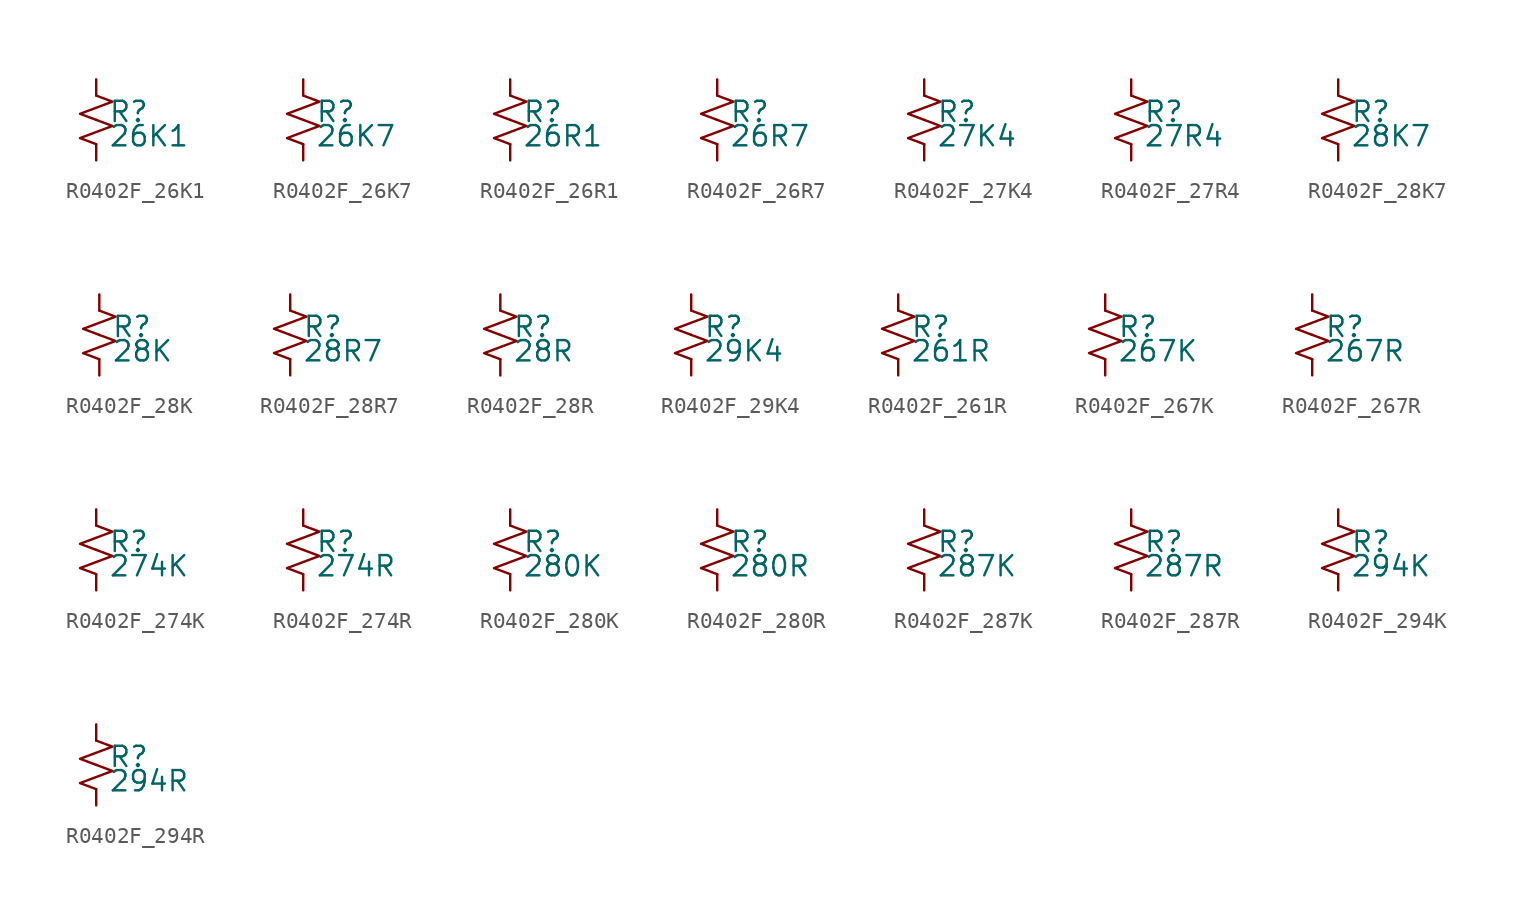
<source format=kicad_sym>
(kicad_symbol_lib
  (version 20220914)
  (generator kicad_symbol_editor)
  (symbol "R0402F_26K1"
    (pin_numbers hide)
    (pin_names
      (offset 0.254) hide)
    (property "Reference" "R"
      (at 0.762 0.508 0)
      (effects (font (size 1.27 1.27)) (justify left)))
    (property "Value" "26K1"
      (at 0.762 -1.016 0)
      (effects (font (size 1.27 1.27)) (justify left)))
    (symbol "R0402F_26K1_1_1"
      (polyline (pts (xy 0 0) (xy 1.016 -0.381) (xy 0 -0.762) (xy -1.016 -1.143) (xy 0 -1.524)) (stroke (width 0) (type default)) (fill (type none)))
      (polyline (pts (xy 0 1.524) (xy 1.016 1.143) (xy 0 0.762) (xy -1.016 0.381) (xy 0 0)) (stroke (width 0) (type default)) (fill (type none)))
      (pin passive line (at 0 2.54 270) (length 1.016) (name "~" (effects (font (size 1.27 1.27)))) (number "1" (effects (font (size 1.27 1.27)))))
      (pin passive line (at 0 -2.54 90) (length 1.016) (name "~" (effects (font (size 1.27 1.27)))) (number "2" (effects (font (size 1.27 1.27)))))))
  (symbol "R0402F_26K7"
    (pin_numbers hide)
    (pin_names
      (offset 0.254) hide)
    (property "Reference" "R"
      (at 0.762 0.508 0)
      (effects (font (size 1.27 1.27)) (justify left)))
    (property "Value" "26K7"
      (at 0.762 -1.016 0)
      (effects (font (size 1.27 1.27)) (justify left)))
    (symbol "R0402F_26K7_1_1"
      (polyline (pts (xy 0 0) (xy 1.016 -0.381) (xy 0 -0.762) (xy -1.016 -1.143) (xy 0 -1.524)) (stroke (width 0) (type default)) (fill (type none)))
      (polyline (pts (xy 0 1.524) (xy 1.016 1.143) (xy 0 0.762) (xy -1.016 0.381) (xy 0 0)) (stroke (width 0) (type default)) (fill (type none)))
      (pin passive line (at 0 2.54 270) (length 1.016) (name "~" (effects (font (size 1.27 1.27)))) (number "1" (effects (font (size 1.27 1.27)))))
      (pin passive line (at 0 -2.54 90) (length 1.016) (name "~" (effects (font (size 1.27 1.27)))) (number "2" (effects (font (size 1.27 1.27)))))))
  (symbol "R0402F_26R1"
    (pin_numbers hide)
    (pin_names
      (offset 0.254) hide)
    (property "Reference" "R"
      (at 0.762 0.508 0)
      (effects (font (size 1.27 1.27)) (justify left)))
    (property "Value" "26R1"
      (at 0.762 -1.016 0)
      (effects (font (size 1.27 1.27)) (justify left)))
    (symbol "R0402F_26R1_1_1"
      (polyline (pts (xy 0 0) (xy 1.016 -0.381) (xy 0 -0.762) (xy -1.016 -1.143) (xy 0 -1.524)) (stroke (width 0) (type default)) (fill (type none)))
      (polyline (pts (xy 0 1.524) (xy 1.016 1.143) (xy 0 0.762) (xy -1.016 0.381) (xy 0 0)) (stroke (width 0) (type default)) (fill (type none)))
      (pin passive line (at 0 2.54 270) (length 1.016) (name "~" (effects (font (size 1.27 1.27)))) (number "1" (effects (font (size 1.27 1.27)))))
      (pin passive line (at 0 -2.54 90) (length 1.016) (name "~" (effects (font (size 1.27 1.27)))) (number "2" (effects (font (size 1.27 1.27)))))))
  (symbol "R0402F_26R7"
    (pin_numbers hide)
    (pin_names
      (offset 0.254) hide)
    (property "Reference" "R"
      (at 0.762 0.508 0)
      (effects (font (size 1.27 1.27)) (justify left)))
    (property "Value" "26R7"
      (at 0.762 -1.016 0)
      (effects (font (size 1.27 1.27)) (justify left)))
    (symbol "R0402F_26R7_1_1"
      (polyline (pts (xy 0 0) (xy 1.016 -0.381) (xy 0 -0.762) (xy -1.016 -1.143) (xy 0 -1.524)) (stroke (width 0) (type default)) (fill (type none)))
      (polyline (pts (xy 0 1.524) (xy 1.016 1.143) (xy 0 0.762) (xy -1.016 0.381) (xy 0 0)) (stroke (width 0) (type default)) (fill (type none)))
      (pin passive line (at 0 2.54 270) (length 1.016) (name "~" (effects (font (size 1.27 1.27)))) (number "1" (effects (font (size 1.27 1.27)))))
      (pin passive line (at 0 -2.54 90) (length 1.016) (name "~" (effects (font (size 1.27 1.27)))) (number "2" (effects (font (size 1.27 1.27)))))))
  (symbol "R0402F_27K4"
    (pin_numbers hide)
    (pin_names
      (offset 0.254) hide)
    (property "Reference" "R"
      (at 0.762 0.508 0)
      (effects (font (size 1.27 1.27)) (justify left)))
    (property "Value" "27K4"
      (at 0.762 -1.016 0)
      (effects (font (size 1.27 1.27)) (justify left)))
    (symbol "R0402F_27K4_1_1"
      (polyline (pts (xy 0 0) (xy 1.016 -0.381) (xy 0 -0.762) (xy -1.016 -1.143) (xy 0 -1.524)) (stroke (width 0) (type default)) (fill (type none)))
      (polyline (pts (xy 0 1.524) (xy 1.016 1.143) (xy 0 0.762) (xy -1.016 0.381) (xy 0 0)) (stroke (width 0) (type default)) (fill (type none)))
      (pin passive line (at 0 2.54 270) (length 1.016) (name "~" (effects (font (size 1.27 1.27)))) (number "1" (effects (font (size 1.27 1.27)))))
      (pin passive line (at 0 -2.54 90) (length 1.016) (name "~" (effects (font (size 1.27 1.27)))) (number "2" (effects (font (size 1.27 1.27)))))))
  (symbol "R0402F_27R4"
    (pin_numbers hide)
    (pin_names
      (offset 0.254) hide)
    (property "Reference" "R"
      (at 0.762 0.508 0)
      (effects (font (size 1.27 1.27)) (justify left)))
    (property "Value" "27R4"
      (at 0.762 -1.016 0)
      (effects (font (size 1.27 1.27)) (justify left)))
    (symbol "R0402F_27R4_1_1"
      (polyline (pts (xy 0 0) (xy 1.016 -0.381) (xy 0 -0.762) (xy -1.016 -1.143) (xy 0 -1.524)) (stroke (width 0) (type default)) (fill (type none)))
      (polyline (pts (xy 0 1.524) (xy 1.016 1.143) (xy 0 0.762) (xy -1.016 0.381) (xy 0 0)) (stroke (width 0) (type default)) (fill (type none)))
      (pin passive line (at 0 2.54 270) (length 1.016) (name "~" (effects (font (size 1.27 1.27)))) (number "1" (effects (font (size 1.27 1.27)))))
      (pin passive line (at 0 -2.54 90) (length 1.016) (name "~" (effects (font (size 1.27 1.27)))) (number "2" (effects (font (size 1.27 1.27)))))))
  (symbol "R0402F_28K7"
    (pin_numbers hide)
    (pin_names
      (offset 0.254) hide)
    (property "Reference" "R"
      (at 0.762 0.508 0)
      (effects (font (size 1.27 1.27)) (justify left)))
    (property "Value" "28K7"
      (at 0.762 -1.016 0)
      (effects (font (size 1.27 1.27)) (justify left)))
    (symbol "R0402F_28K7_1_1"
      (polyline (pts (xy 0 0) (xy 1.016 -0.381) (xy 0 -0.762) (xy -1.016 -1.143) (xy 0 -1.524)) (stroke (width 0) (type default)) (fill (type none)))
      (polyline (pts (xy 0 1.524) (xy 1.016 1.143) (xy 0 0.762) (xy -1.016 0.381) (xy 0 0)) (stroke (width 0) (type default)) (fill (type none)))
      (pin passive line (at 0 2.54 270) (length 1.016) (name "~" (effects (font (size 1.27 1.27)))) (number "1" (effects (font (size 1.27 1.27)))))
      (pin passive line (at 0 -2.54 90) (length 1.016) (name "~" (effects (font (size 1.27 1.27)))) (number "2" (effects (font (size 1.27 1.27)))))))
  (symbol "R0402F_28K"
    (pin_numbers hide)
    (pin_names
      (offset 0.254) hide)
    (property "Reference" "R"
      (at 0.762 0.508 0)
      (effects (font (size 1.27 1.27)) (justify left)))
    (property "Value" "28K"
      (at 0.762 -1.016 0)
      (effects (font (size 1.27 1.27)) (justify left)))
    (symbol "R0402F_28K_1_1"
      (polyline (pts (xy 0 0) (xy 1.016 -0.381) (xy 0 -0.762) (xy -1.016 -1.143) (xy 0 -1.524)) (stroke (width 0) (type default)) (fill (type none)))
      (polyline (pts (xy 0 1.524) (xy 1.016 1.143) (xy 0 0.762) (xy -1.016 0.381) (xy 0 0)) (stroke (width 0) (type default)) (fill (type none)))
      (pin passive line (at 0 2.54 270) (length 1.016) (name "~" (effects (font (size 1.27 1.27)))) (number "1" (effects (font (size 1.27 1.27)))))
      (pin passive line (at 0 -2.54 90) (length 1.016) (name "~" (effects (font (size 1.27 1.27)))) (number "2" (effects (font (size 1.27 1.27)))))))
  (symbol "R0402F_28R7"
    (pin_numbers hide)
    (pin_names
      (offset 0.254) hide)
    (property "Reference" "R"
      (at 0.762 0.508 0)
      (effects (font (size 1.27 1.27)) (justify left)))
    (property "Value" "28R7"
      (at 0.762 -1.016 0)
      (effects (font (size 1.27 1.27)) (justify left)))
    (symbol "R0402F_28R7_1_1"
      (polyline (pts (xy 0 0) (xy 1.016 -0.381) (xy 0 -0.762) (xy -1.016 -1.143) (xy 0 -1.524)) (stroke (width 0) (type default)) (fill (type none)))
      (polyline (pts (xy 0 1.524) (xy 1.016 1.143) (xy 0 0.762) (xy -1.016 0.381) (xy 0 0)) (stroke (width 0) (type default)) (fill (type none)))
      (pin passive line (at 0 2.54 270) (length 1.016) (name "~" (effects (font (size 1.27 1.27)))) (number "1" (effects (font (size 1.27 1.27)))))
      (pin passive line (at 0 -2.54 90) (length 1.016) (name "~" (effects (font (size 1.27 1.27)))) (number "2" (effects (font (size 1.27 1.27)))))))
  (symbol "R0402F_28R"
    (pin_numbers hide)
    (pin_names
      (offset 0.254) hide)
    (property "Reference" "R"
      (at 0.762 0.508 0)
      (effects (font (size 1.27 1.27)) (justify left)))
    (property "Value" "28R"
      (at 0.762 -1.016 0)
      (effects (font (size 1.27 1.27)) (justify left)))
    (symbol "R0402F_28R_1_1"
      (polyline (pts (xy 0 0) (xy 1.016 -0.381) (xy 0 -0.762) (xy -1.016 -1.143) (xy 0 -1.524)) (stroke (width 0) (type default)) (fill (type none)))
      (polyline (pts (xy 0 1.524) (xy 1.016 1.143) (xy 0 0.762) (xy -1.016 0.381) (xy 0 0)) (stroke (width 0) (type default)) (fill (type none)))
      (pin passive line (at 0 2.54 270) (length 1.016) (name "~" (effects (font (size 1.27 1.27)))) (number "1" (effects (font (size 1.27 1.27)))))
      (pin passive line (at 0 -2.54 90) (length 1.016) (name "~" (effects (font (size 1.27 1.27)))) (number "2" (effects (font (size 1.27 1.27)))))))
  (symbol "R0402F_29K4"
    (pin_numbers hide)
    (pin_names
      (offset 0.254) hide)
    (property "Reference" "R"
      (at 0.762 0.508 0)
      (effects (font (size 1.27 1.27)) (justify left)))
    (property "Value" "29K4"
      (at 0.762 -1.016 0)
      (effects (font (size 1.27 1.27)) (justify left)))
    (symbol "R0402F_29K4_1_1"
      (polyline (pts (xy 0 0) (xy 1.016 -0.381) (xy 0 -0.762) (xy -1.016 -1.143) (xy 0 -1.524)) (stroke (width 0) (type default)) (fill (type none)))
      (polyline (pts (xy 0 1.524) (xy 1.016 1.143) (xy 0 0.762) (xy -1.016 0.381) (xy 0 0)) (stroke (width 0) (type default)) (fill (type none)))
      (pin passive line (at 0 2.54 270) (length 1.016) (name "~" (effects (font (size 1.27 1.27)))) (number "1" (effects (font (size 1.27 1.27)))))
      (pin passive line (at 0 -2.54 90) (length 1.016) (name "~" (effects (font (size 1.27 1.27)))) (number "2" (effects (font (size 1.27 1.27)))))))
  (symbol "R0402F_261R"
    (pin_numbers hide)
    (pin_names
      (offset 0.254) hide)
    (property "Reference" "R"
      (at 0.762 0.508 0)
      (effects (font (size 1.27 1.27)) (justify left)))
    (property "Value" "261R"
      (at 0.762 -1.016 0)
      (effects (font (size 1.27 1.27)) (justify left)))
    (symbol "R0402F_261R_1_1"
      (polyline (pts (xy 0 0) (xy 1.016 -0.381) (xy 0 -0.762) (xy -1.016 -1.143) (xy 0 -1.524)) (stroke (width 0) (type default)) (fill (type none)))
      (polyline (pts (xy 0 1.524) (xy 1.016 1.143) (xy 0 0.762) (xy -1.016 0.381) (xy 0 0)) (stroke (width 0) (type default)) (fill (type none)))
      (pin passive line (at 0 2.54 270) (length 1.016) (name "~" (effects (font (size 1.27 1.27)))) (number "1" (effects (font (size 1.27 1.27)))))
      (pin passive line (at 0 -2.54 90) (length 1.016) (name "~" (effects (font (size 1.27 1.27)))) (number "2" (effects (font (size 1.27 1.27)))))))
  (symbol "R0402F_267K"
    (pin_numbers hide)
    (pin_names
      (offset 0.254) hide)
    (property "Reference" "R"
      (at 0.762 0.508 0)
      (effects (font (size 1.27 1.27)) (justify left)))
    (property "Value" "267K"
      (at 0.762 -1.016 0)
      (effects (font (size 1.27 1.27)) (justify left)))
    (symbol "R0402F_267K_1_1"
      (polyline (pts (xy 0 0) (xy 1.016 -0.381) (xy 0 -0.762) (xy -1.016 -1.143) (xy 0 -1.524)) (stroke (width 0) (type default)) (fill (type none)))
      (polyline (pts (xy 0 1.524) (xy 1.016 1.143) (xy 0 0.762) (xy -1.016 0.381) (xy 0 0)) (stroke (width 0) (type default)) (fill (type none)))
      (pin passive line (at 0 2.54 270) (length 1.016) (name "~" (effects (font (size 1.27 1.27)))) (number "1" (effects (font (size 1.27 1.27)))))
      (pin passive line (at 0 -2.54 90) (length 1.016) (name "~" (effects (font (size 1.27 1.27)))) (number "2" (effects (font (size 1.27 1.27)))))))
  (symbol "R0402F_267R"
    (pin_numbers hide)
    (pin_names
      (offset 0.254) hide)
    (property "Reference" "R"
      (at 0.762 0.508 0)
      (effects (font (size 1.27 1.27)) (justify left)))
    (property "Value" "267R"
      (at 0.762 -1.016 0)
      (effects (font (size 1.27 1.27)) (justify left)))
    (symbol "R0402F_267R_1_1"
      (polyline (pts (xy 0 0) (xy 1.016 -0.381) (xy 0 -0.762) (xy -1.016 -1.143) (xy 0 -1.524)) (stroke (width 0) (type default)) (fill (type none)))
      (polyline (pts (xy 0 1.524) (xy 1.016 1.143) (xy 0 0.762) (xy -1.016 0.381) (xy 0 0)) (stroke (width 0) (type default)) (fill (type none)))
      (pin passive line (at 0 2.54 270) (length 1.016) (name "~" (effects (font (size 1.27 1.27)))) (number "1" (effects (font (size 1.27 1.27)))))
      (pin passive line (at 0 -2.54 90) (length 1.016) (name "~" (effects (font (size 1.27 1.27)))) (number "2" (effects (font (size 1.27 1.27)))))))
  (symbol "R0402F_274K"
    (pin_numbers hide)
    (pin_names
      (offset 0.254) hide)
    (property "Reference" "R"
      (at 0.762 0.508 0)
      (effects (font (size 1.27 1.27)) (justify left)))
    (property "Value" "274K"
      (at 0.762 -1.016 0)
      (effects (font (size 1.27 1.27)) (justify left)))
    (symbol "R0402F_274K_1_1"
      (polyline (pts (xy 0 0) (xy 1.016 -0.381) (xy 0 -0.762) (xy -1.016 -1.143) (xy 0 -1.524)) (stroke (width 0) (type default)) (fill (type none)))
      (polyline (pts (xy 0 1.524) (xy 1.016 1.143) (xy 0 0.762) (xy -1.016 0.381) (xy 0 0)) (stroke (width 0) (type default)) (fill (type none)))
      (pin passive line (at 0 2.54 270) (length 1.016) (name "~" (effects (font (size 1.27 1.27)))) (number "1" (effects (font (size 1.27 1.27)))))
      (pin passive line (at 0 -2.54 90) (length 1.016) (name "~" (effects (font (size 1.27 1.27)))) (number "2" (effects (font (size 1.27 1.27)))))))
  (symbol "R0402F_274R"
    (pin_numbers hide)
    (pin_names
      (offset 0.254) hide)
    (property "Reference" "R"
      (at 0.762 0.508 0)
      (effects (font (size 1.27 1.27)) (justify left)))
    (property "Value" "274R"
      (at 0.762 -1.016 0)
      (effects (font (size 1.27 1.27)) (justify left)))
    (symbol "R0402F_274R_1_1"
      (polyline (pts (xy 0 0) (xy 1.016 -0.381) (xy 0 -0.762) (xy -1.016 -1.143) (xy 0 -1.524)) (stroke (width 0) (type default)) (fill (type none)))
      (polyline (pts (xy 0 1.524) (xy 1.016 1.143) (xy 0 0.762) (xy -1.016 0.381) (xy 0 0)) (stroke (width 0) (type default)) (fill (type none)))
      (pin passive line (at 0 2.54 270) (length 1.016) (name "~" (effects (font (size 1.27 1.27)))) (number "1" (effects (font (size 1.27 1.27)))))
      (pin passive line (at 0 -2.54 90) (length 1.016) (name "~" (effects (font (size 1.27 1.27)))) (number "2" (effects (font (size 1.27 1.27)))))))
  (symbol "R0402F_280K"
    (pin_numbers hide)
    (pin_names
      (offset 0.254) hide)
    (property "Reference" "R"
      (at 0.762 0.508 0)
      (effects (font (size 1.27 1.27)) (justify left)))
    (property "Value" "280K"
      (at 0.762 -1.016 0)
      (effects (font (size 1.27 1.27)) (justify left)))
    (symbol "R0402F_280K_1_1"
      (polyline (pts (xy 0 0) (xy 1.016 -0.381) (xy 0 -0.762) (xy -1.016 -1.143) (xy 0 -1.524)) (stroke (width 0) (type default)) (fill (type none)))
      (polyline (pts (xy 0 1.524) (xy 1.016 1.143) (xy 0 0.762) (xy -1.016 0.381) (xy 0 0)) (stroke (width 0) (type default)) (fill (type none)))
      (pin passive line (at 0 2.54 270) (length 1.016) (name "~" (effects (font (size 1.27 1.27)))) (number "1" (effects (font (size 1.27 1.27)))))
      (pin passive line (at 0 -2.54 90) (length 1.016) (name "~" (effects (font (size 1.27 1.27)))) (number "2" (effects (font (size 1.27 1.27)))))))
  (symbol "R0402F_280R"
    (pin_numbers hide)
    (pin_names
      (offset 0.254) hide)
    (property "Reference" "R"
      (at 0.762 0.508 0)
      (effects (font (size 1.27 1.27)) (justify left)))
    (property "Value" "280R"
      (at 0.762 -1.016 0)
      (effects (font (size 1.27 1.27)) (justify left)))
    (symbol "R0402F_280R_1_1"
      (polyline (pts (xy 0 0) (xy 1.016 -0.381) (xy 0 -0.762) (xy -1.016 -1.143) (xy 0 -1.524)) (stroke (width 0) (type default)) (fill (type none)))
      (polyline (pts (xy 0 1.524) (xy 1.016 1.143) (xy 0 0.762) (xy -1.016 0.381) (xy 0 0)) (stroke (width 0) (type default)) (fill (type none)))
      (pin passive line (at 0 2.54 270) (length 1.016) (name "~" (effects (font (size 1.27 1.27)))) (number "1" (effects (font (size 1.27 1.27)))))
      (pin passive line (at 0 -2.54 90) (length 1.016) (name "~" (effects (font (size 1.27 1.27)))) (number "2" (effects (font (size 1.27 1.27)))))))
  (symbol "R0402F_287K"
    (pin_numbers hide)
    (pin_names
      (offset 0.254) hide)
    (property "Reference" "R"
      (at 0.762 0.508 0)
      (effects (font (size 1.27 1.27)) (justify left)))
    (property "Value" "287K"
      (at 0.762 -1.016 0)
      (effects (font (size 1.27 1.27)) (justify left)))
    (symbol "R0402F_287K_1_1"
      (polyline (pts (xy 0 0) (xy 1.016 -0.381) (xy 0 -0.762) (xy -1.016 -1.143) (xy 0 -1.524)) (stroke (width 0) (type default)) (fill (type none)))
      (polyline (pts (xy 0 1.524) (xy 1.016 1.143) (xy 0 0.762) (xy -1.016 0.381) (xy 0 0)) (stroke (width 0) (type default)) (fill (type none)))
      (pin passive line (at 0 2.54 270) (length 1.016) (name "~" (effects (font (size 1.27 1.27)))) (number "1" (effects (font (size 1.27 1.27)))))
      (pin passive line (at 0 -2.54 90) (length 1.016) (name "~" (effects (font (size 1.27 1.27)))) (number "2" (effects (font (size 1.27 1.27)))))))
  (symbol "R0402F_287R"
    (pin_numbers hide)
    (pin_names
      (offset 0.254) hide)
    (property "Reference" "R"
      (at 0.762 0.508 0)
      (effects (font (size 1.27 1.27)) (justify left)))
    (property "Value" "287R"
      (at 0.762 -1.016 0)
      (effects (font (size 1.27 1.27)) (justify left)))
    (symbol "R0402F_287R_1_1"
      (polyline (pts (xy 0 0) (xy 1.016 -0.381) (xy 0 -0.762) (xy -1.016 -1.143) (xy 0 -1.524)) (stroke (width 0) (type default)) (fill (type none)))
      (polyline (pts (xy 0 1.524) (xy 1.016 1.143) (xy 0 0.762) (xy -1.016 0.381) (xy 0 0)) (stroke (width 0) (type default)) (fill (type none)))
      (pin passive line (at 0 2.54 270) (length 1.016) (name "~" (effects (font (size 1.27 1.27)))) (number "1" (effects (font (size 1.27 1.27)))))
      (pin passive line (at 0 -2.54 90) (length 1.016) (name "~" (effects (font (size 1.27 1.27)))) (number "2" (effects (font (size 1.27 1.27)))))))
  (symbol "R0402F_294K"
    (pin_numbers hide)
    (pin_names
      (offset 0.254) hide)
    (property "Reference" "R"
      (at 0.762 0.508 0)
      (effects (font (size 1.27 1.27)) (justify left)))
    (property "Value" "294K"
      (at 0.762 -1.016 0)
      (effects (font (size 1.27 1.27)) (justify left)))
    (symbol "R0402F_294K_1_1"
      (polyline (pts (xy 0 0) (xy 1.016 -0.381) (xy 0 -0.762) (xy -1.016 -1.143) (xy 0 -1.524)) (stroke (width 0) (type default)) (fill (type none)))
      (polyline (pts (xy 0 1.524) (xy 1.016 1.143) (xy 0 0.762) (xy -1.016 0.381) (xy 0 0)) (stroke (width 0) (type default)) (fill (type none)))
      (pin passive line (at 0 2.54 270) (length 1.016) (name "~" (effects (font (size 1.27 1.27)))) (number "1" (effects (font (size 1.27 1.27)))))
      (pin passive line (at 0 -2.54 90) (length 1.016) (name "~" (effects (font (size 1.27 1.27)))) (number "2" (effects (font (size 1.27 1.27)))))))
  (symbol "R0402F_294R"
    (pin_numbers hide)
    (pin_names
      (offset 0.254) hide)
    (property "Reference" "R"
      (at 0.762 0.508 0)
      (effects (font (size 1.27 1.27)) (justify left)))
    (property "Value" "294R"
      (at 0.762 -1.016 0)
      (effects (font (size 1.27 1.27)) (justify left)))
    (symbol "R0402F_294R_1_1"
      (polyline (pts (xy 0 0) (xy 1.016 -0.381) (xy 0 -0.762) (xy -1.016 -1.143) (xy 0 -1.524)) (stroke (width 0) (type default)) (fill (type none)))
      (polyline (pts (xy 0 1.524) (xy 1.016 1.143) (xy 0 0.762) (xy -1.016 0.381) (xy 0 0)) (stroke (width 0) (type default)) (fill (type none)))
      (pin passive line (at 0 2.54 270) (length 1.016) (name "~" (effects (font (size 1.27 1.27)))) (number "1" (effects (font (size 1.27 1.27)))))
      (pin passive line (at 0 -2.54 90) (length 1.016) (name "~" (effects (font (size 1.27 1.27)))) (number "2" (effects (font (size 1.27 1.27))))))))
</source>
